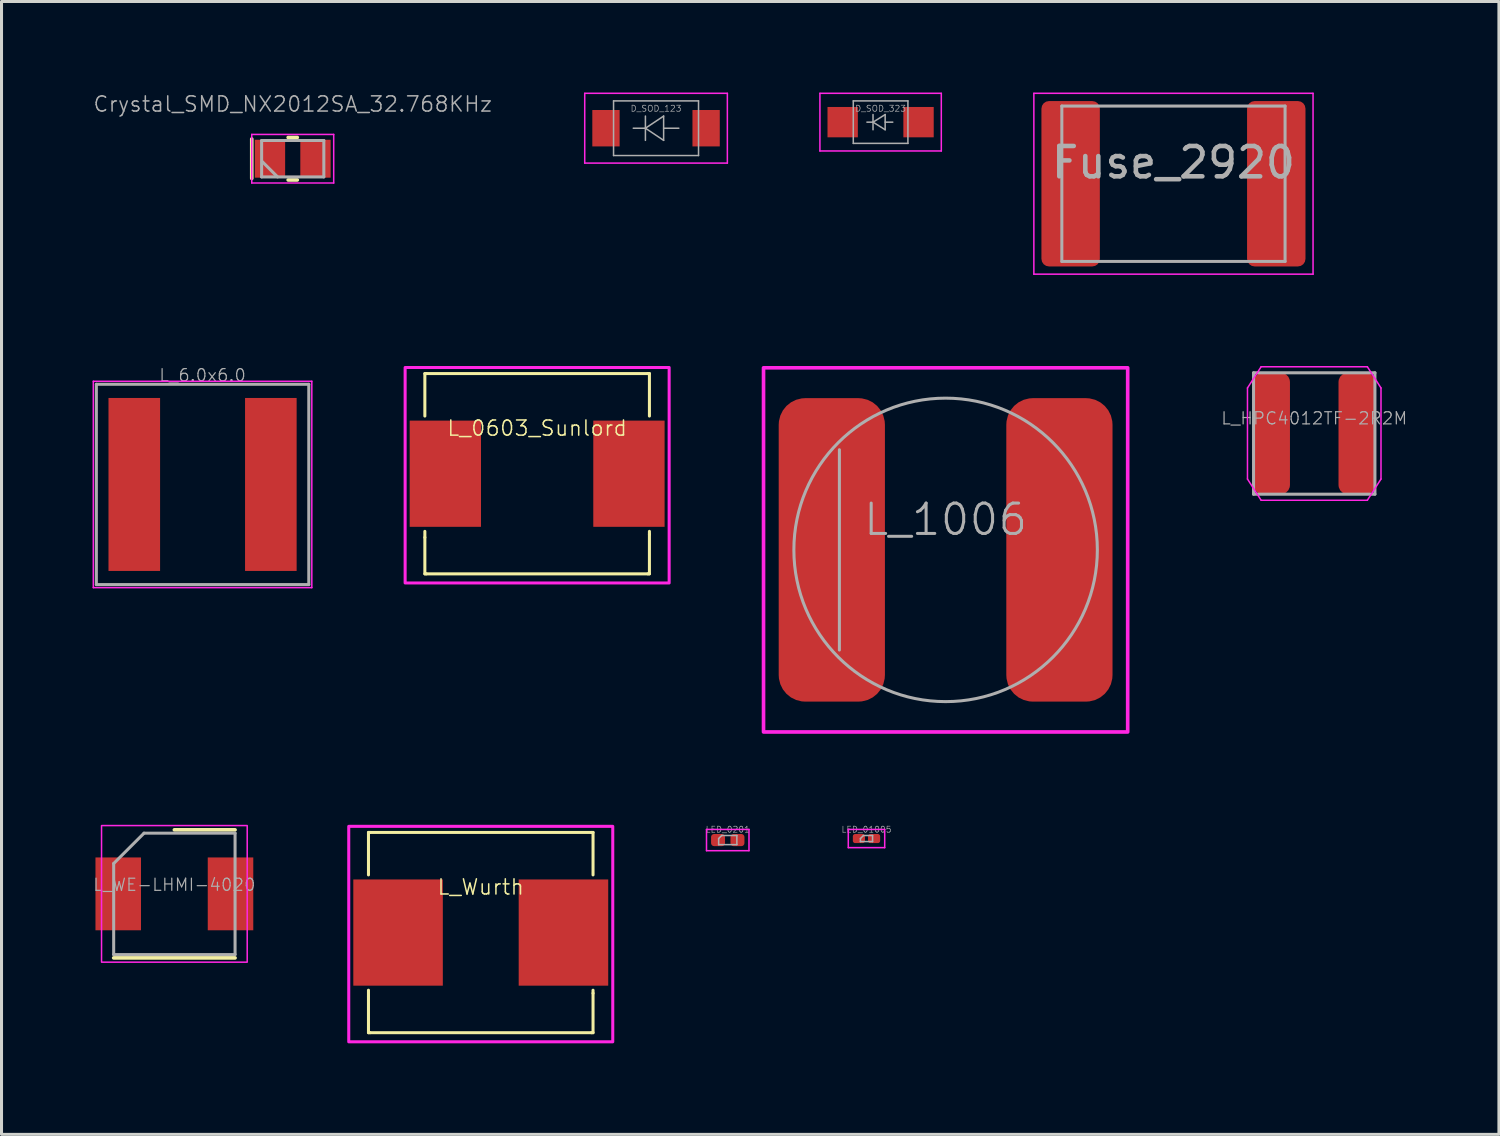
<source format=kicad_pcb>
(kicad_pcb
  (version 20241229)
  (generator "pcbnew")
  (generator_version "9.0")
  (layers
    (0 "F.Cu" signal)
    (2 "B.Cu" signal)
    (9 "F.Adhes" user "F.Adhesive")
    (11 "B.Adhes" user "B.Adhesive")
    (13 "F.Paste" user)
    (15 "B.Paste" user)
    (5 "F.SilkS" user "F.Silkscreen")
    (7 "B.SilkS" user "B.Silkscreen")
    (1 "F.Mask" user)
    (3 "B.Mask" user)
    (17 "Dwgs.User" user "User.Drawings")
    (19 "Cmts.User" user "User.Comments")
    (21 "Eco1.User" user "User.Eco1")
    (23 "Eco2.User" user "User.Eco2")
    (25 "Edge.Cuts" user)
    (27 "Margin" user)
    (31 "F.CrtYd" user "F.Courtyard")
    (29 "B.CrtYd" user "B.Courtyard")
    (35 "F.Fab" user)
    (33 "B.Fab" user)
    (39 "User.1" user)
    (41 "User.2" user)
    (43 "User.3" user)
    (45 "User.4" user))
  (footprint "LED_0201"
    (layer "F.Cu")
    (at 20.931 24.632)
    (property "Reference" "LED_0201" (at 0 -0.35 0) (unlocked yes) (layer "F.Fab") (effects (font (size 0.2 0.2) (thickness 0.02))))
    (attr smd)
    (fp_line (start -0.7 -0.35) (end 0.7 -0.35) (stroke (width 0.05) (type solid)) (layer "F.CrtYd"))
    (fp_line (start -0.7 0.35) (end -0.7 -0.35) (stroke (width 0.05) (type solid)) (layer "F.CrtYd"))
    (fp_line (start 0.7 -0.35) (end 0.7 0.35) (stroke (width 0.05) (type solid)) (layer "F.CrtYd"))
    (fp_line (start 0.7 0.35) (end -0.7 0.35) (stroke (width 0.05) (type solid)) (layer "F.CrtYd"))
    (fp_line (start -0.3 -0.05) (end -0.2 -0.15) (stroke (width 0.05) (type solid)) (layer "F.Fab"))
    (fp_line (start -0.3 0.15) (end -0.3 -0.05) (stroke (width 0.05) (type solid)) (layer "F.Fab"))
    (fp_line (start -0.2 -0.15) (end 0.3 -0.15) (stroke (width 0.05) (type solid)) (layer "F.Fab"))
    (fp_line (start 0.3 -0.15) (end 0.3 0.15) (stroke (width 0.05) (type solid)) (layer "F.Fab"))
    (fp_line (start 0.3 0.15) (end -0.3 0.15) (stroke (width 0.05) (type solid)) (layer "F.Fab"))
    (pad "" smd roundrect (at -0.345 0) (size 0.318 0.36) (layers "F.Paste") (roundrect_rratio 0.25))
    (pad "" smd roundrect (at 0.345 0) (size 0.318 0.36) (layers "F.Paste") (roundrect_rratio 0.25))
    (pad "1" smd roundrect (at -0.32 0) (size 0.46 0.4) (layers "F.Cu" "F.Mask") (roundrect_rratio 0.25))
    (pad "2" smd roundrect (at 0.32 0) (size 0.46 0.4) (layers "F.Cu" "F.Mask") (roundrect_rratio 0.25)))
  (footprint "L_1006"
    (layer "F.Cu")
    (at 28.11 15.07)
    (property "Reference" "L_1006" (at 0 -1 0) (layer "F.Fab") (effects (font (size 1 1) (thickness 0.1))))
    (attr smd)
    (fp_rect (start -6 -6) (end 6 6) (stroke (width 0.12) (type default)) (fill no) (layer "F.CrtYd"))
    (fp_line (start -3.5 3.3) (end -3.5 -3.3) (stroke (width 0.1) (type solid)) (layer "F.Fab"))
    (fp_circle (center 0 0) (end 5 0) (stroke (width 0.1) (type default)) (fill no) (layer "F.Fab"))
    (pad "1" smd roundrect (at -3.75 0) (size 3.5 10) (layers "F.Cu" "F.Mask" "F.Paste") (roundrect_rratio 0.25))
    (pad "2" smd roundrect (at 3.75 0) (size 3.5 10) (layers "F.Cu" "F.Mask" "F.Paste") (roundrect_rratio 0.25)))
  (footprint "L_WE-LHMI-4020"
    (layer "F.Cu")
    (at 2.696 26.405)
    (property "Reference" "L_WE-LHMI-4020" (at 0 -0.3 0) (unlocked yes) (layer "F.Fab") (effects (font (size 0.4 0.4) (thickness 0.04))))
    (attr smd)
    (fp_line (start -2 2.11) (end 2 2.11) (stroke (width 0.12) (type solid)) (layer "F.SilkS"))
    (fp_line (start 0 -2.11) (end 2 -2.11) (stroke (width 0.12) (type solid)) (layer "F.SilkS"))
    (fp_rect (start -2.4 -2.25) (end 2.4 2.25) (stroke (width 0.05) (type solid)) (fill no) (layer "F.CrtYd"))
    (fp_line (start -2 -1) (end -2 2) (stroke (width 0.1) (type solid)) (layer "F.Fab"))
    (fp_line (start -2 2) (end 2 2) (stroke (width 0.1) (type solid)) (layer "F.Fab"))
    (fp_line (start -1 -2) (end -2 -1) (stroke (width 0.1) (type solid)) (layer "F.Fab"))
    (fp_line (start -1 -2) (end 2 -2) (stroke (width 0.1) (type solid)) (layer "F.Fab"))
    (fp_line (start 2 -2) (end 2 2) (stroke (width 0.1) (type solid)) (layer "F.Fab"))
    (pad "1" smd rect (at -1.85 0) (size 1.5 2.4) (layers "F.Cu" "F.Mask" "F.Paste"))
    (pad "2" smd rect (at 1.85 0) (size 1.5 2.4) (layers "F.Cu" "F.Mask" "F.Paste")))
  (footprint "Fuse_2920"
    (layer "F.Cu")
    (at 35.618 3.005)
    (property "Reference" "Fuse_2920" (at 0 -0.7 0) (layer "F.Fab") (effects (font (size 1 1) (thickness 0.15))))
    (attr smd)
    (fp_line (start -4.6 -2.98) (end 4.6 -2.98) (stroke (width 0.05) (type solid)) (layer "F.CrtYd"))
    (fp_line (start -4.6 2.98) (end -4.6 -2.98) (stroke (width 0.05) (type solid)) (layer "F.CrtYd"))
    (fp_line (start 4.6 -2.98) (end 4.6 2.98) (stroke (width 0.05) (type solid)) (layer "F.CrtYd"))
    (fp_line (start 4.6 2.98) (end -4.6 2.98) (stroke (width 0.05) (type solid)) (layer "F.CrtYd"))
    (fp_line (start -3.678 -2.56) (end 3.678 -2.56) (stroke (width 0.1) (type solid)) (layer "F.Fab"))
    (fp_line (start -3.678 2.56) (end -3.678 -2.56) (stroke (width 0.1) (type solid)) (layer "F.Fab"))
    (fp_line (start 3.678 -2.56) (end 3.678 2.56) (stroke (width 0.1) (type solid)) (layer "F.Fab"))
    (fp_line (start 3.678 2.56) (end -3.678 2.56) (stroke (width 0.1) (type solid)) (layer "F.Fab"))
    (pad "1" smd roundrect (at -3.388 0) (size 1.925 5.45) (layers "F.Cu" "F.Mask" "F.Paste") (roundrect_rratio 0.13))
    (pad "2" smd roundrect (at 3.388 0) (size 1.925 5.45) (layers "F.Cu" "F.Mask" "F.Paste") (roundrect_rratio 0.13)))
  (footprint "LED_01005"
    (layer "F.Cu")
    (at 25.503 24.582)
    (property "Reference" "LED_01005" (at 0 -0.3 0) (unlocked yes) (layer "F.Fab") (effects (font (size 0.2 0.2) (thickness 0.02))))
    (attr smd)
    (fp_line (start -0.6 -0.3) (end 0.6 -0.3) (stroke (width 0.05) (type solid)) (layer "F.CrtYd"))
    (fp_line (start -0.6 0.3) (end -0.6 -0.3) (stroke (width 0.05) (type solid)) (layer "F.CrtYd"))
    (fp_line (start 0.6 -0.3) (end 0.6 0.3) (stroke (width 0.05) (type solid)) (layer "F.CrtYd"))
    (fp_line (start 0.6 0.3) (end -0.6 0.3) (stroke (width 0.05) (type solid)) (layer "F.CrtYd"))
    (fp_line (start -0.2 0) (end -0.1 -0.1) (stroke (width 0.05) (type solid)) (layer "F.Fab"))
    (fp_line (start -0.2 0.1) (end -0.2 0) (stroke (width 0.05) (type solid)) (layer "F.Fab"))
    (fp_line (start -0.1 -0.1) (end 0.2 -0.1) (stroke (width 0.05) (type solid)) (layer "F.Fab"))
    (fp_line (start 0.2 -0.1) (end 0.2 0.1) (stroke (width 0.05) (type solid)) (layer "F.Fab"))
    (fp_line (start 0.2 0.1) (end -0.2 0.1) (stroke (width 0.05) (type solid)) (layer "F.Fab"))
    (pad "" smd roundrect (at -0.275 0) (size 0.27 0.27) (layers "F.Paste") (roundrect_rratio 0.25))
    (pad "" smd roundrect (at 0.275 0) (size 0.27 0.27) (layers "F.Paste") (roundrect_rratio 0.25))
    (pad "1" smd roundrect (at -0.25 0) (size 0.4 0.3) (layers "F.Cu" "F.Mask") (roundrect_rratio 0.25))
    (pad "2" smd roundrect (at 0.25 0) (size 0.4 0.3) (layers "F.Cu" "F.Mask") (roundrect_rratio 0.25)))
  (footprint "D_SOD_323"
    (layer "F.Cu")
    (at 25.968 0.975)
    (property "Reference" "D_SOD_323" (at 0 -0.45 0) (unlocked yes) (layer "F.Fab") (effects (font (size 0.2 0.2) (thickness 0.02))))
    (attr smd)
    (fp_line (start -2 -0.95) (end -2 0.95) (stroke (width 0.05) (type solid)) (layer "F.CrtYd"))
    (fp_line (start -2 -0.95) (end 2 -0.95) (stroke (width 0.05) (type solid)) (layer "F.CrtYd"))
    (fp_line (start -2 0.95) (end 2 0.95) (stroke (width 0.05) (type solid)) (layer "F.CrtYd"))
    (fp_line (start 2 -0.95) (end 2 0.95) (stroke (width 0.05) (type solid)) (layer "F.CrtYd"))
    (fp_line (start -0.9 -0.7) (end 0.9 -0.7) (stroke (width 0.05) (type solid)) (layer "F.Fab"))
    (fp_line (start -0.9 0.7) (end -0.9 -0.7) (stroke (width 0.05) (type solid)) (layer "F.Fab"))
    (fp_line (start -0.25 -0.25) (end -0.25 0.25) (stroke (width 0.05) (type solid)) (layer "F.Fab"))
    (fp_line (start -0.25 0) (end -0.45 0) (stroke (width 0.05) (type solid)) (layer "F.Fab"))
    (fp_line (start -0.25 0) (end 0.15 -0.25) (stroke (width 0.05) (type solid)) (layer "F.Fab"))
    (fp_line (start 0.15 -0.25) (end 0.15 0.25) (stroke (width 0.05) (type solid)) (layer "F.Fab"))
    (fp_line (start 0.15 0) (end 0.4 0) (stroke (width 0.05) (type solid)) (layer "F.Fab"))
    (fp_line (start 0.15 0.25) (end -0.25 0) (stroke (width 0.05) (type solid)) (layer "F.Fab"))
    (fp_line (start 0.9 -0.7) (end 0.9 0.7) (stroke (width 0.05) (type solid)) (layer "F.Fab"))
    (fp_line (start 0.9 0.7) (end -0.9 0.7) (stroke (width 0.05) (type solid)) (layer "F.Fab"))
    (pad "1" smd rect (at -1.25 0) (size 1 1) (layers "F.Cu" "F.Mask" "F.Paste"))
    (pad "2" smd rect (at 1.25 0) (size 1 1) (layers "F.Cu" "F.Mask" "F.Paste")))
  (footprint "Crystal_SMD_NX2012SA_32.768KHz"
    (layer "F.Cu")
    (at 6.596 2.18)
    (property "Reference" "Crystal_SMD_NX2012SA_32.768KHz" (at 0 -1.8 0) (layer "F.Fab") (effects (font (size 0.5 0.5) (thickness 0.05))))
    (attr smd)
    (fp_line (start -1.35 -0.65) (end -1.35 0.65) (stroke (width 0.12) (type solid)) (layer "F.SilkS"))
    (fp_line (start -0.15 -0.7) (end 0.15 -0.7) (stroke (width 0.12) (type solid)) (layer "F.SilkS"))
    (fp_line (start -0.15 0.7) (end 0.15 0.7) (stroke (width 0.12) (type solid)) (layer "F.SilkS"))
    (fp_line (start -1.35 -0.8) (end -1.35 0.8) (stroke (width 0.05) (type solid)) (layer "F.CrtYd"))
    (fp_line (start -1.35 0.8) (end 1.35 0.8) (stroke (width 0.05) (type solid)) (layer "F.CrtYd"))
    (fp_line (start 1.35 -0.8) (end -1.35 -0.8) (stroke (width 0.05) (type solid)) (layer "F.CrtYd"))
    (fp_line (start 1.35 0.8) (end 1.35 -0.8) (stroke (width 0.05) (type solid)) (layer "F.CrtYd"))
    (fp_line (start -1.025 -0.6) (end -1.025 0.6) (stroke (width 0.1) (type solid)) (layer "F.Fab"))
    (fp_line (start -1.025 0.6) (end 1.025 0.6) (stroke (width 0.1) (type solid)) (layer "F.Fab"))
    (fp_line (start -1 0.1) (end -0.5 0.6) (stroke (width 0.1) (type solid)) (layer "F.Fab"))
    (fp_line (start 1.025 -0.6) (end -1.025 -0.6) (stroke (width 0.1) (type solid)) (layer "F.Fab"))
    (fp_line (start 1.025 0.6) (end 1.025 -0.6) (stroke (width 0.1) (type solid)) (layer "F.Fab"))
    (pad "1" smd rect (at -0.75 0) (size 1 1.25) (layers "F.Cu" "F.Mask" "F.Paste"))
    (pad "2" smd rect (at 0.75 0) (size 1 1.25) (layers "F.Cu" "F.Mask" "F.Paste")))
  (footprint "L_6.0x6.0"
    (layer "F.Cu")
    (at 3.625 12.914)
    (property "Reference" "L_6.0x6.0" (at 0 -3.6 0) (layer "F.Fab") (effects (font (size 0.4 0.4) (thickness 0.04))))
    (attr smd)
    (fp_line (start -3.6 -3.4) (end 3.6 -3.4) (stroke (width 0.05) (type solid)) (layer "F.CrtYd"))
    (fp_line (start -3.6 3.4) (end -3.6 -3.4) (stroke (width 0.05) (type solid)) (layer "F.CrtYd"))
    (fp_line (start 3.6 -3.4) (end 3.6 3.4) (stroke (width 0.05) (type solid)) (layer "F.CrtYd"))
    (fp_line (start 3.6 3.4) (end -3.6 3.4) (stroke (width 0.05) (type solid)) (layer "F.CrtYd"))
    (fp_line (start -3.5 -3.3) (end 3.5 -3.3) (stroke (width 0.1) (type solid)) (layer "F.Fab"))
    (fp_line (start -3.5 3.3) (end -3.5 -3.3) (stroke (width 0.1) (type solid)) (layer "F.Fab"))
    (fp_line (start 3.5 -3.3) (end 3.5 3.3) (stroke (width 0.1) (type solid)) (layer "F.Fab"))
    (fp_line (start 3.5 3.3) (end -3.5 3.3) (stroke (width 0.1) (type solid)) (layer "F.Fab"))
    (pad "1" smd rect (at -2.25 0) (size 1.7 5.7) (layers "F.Cu" "F.Mask" "F.Paste"))
    (pad "2" smd rect (at 2.25 0) (size 1.7 5.7) (layers "F.Cu" "F.Mask" "F.Paste")))
  (footprint "L_Wurth"
    (layer "F.Cu")
    (at 12.792 27.68)
    (property "Reference" "L_Wurth" (at 0 -1.5 0) (unlocked yes) (layer "F.SilkS") (effects (font (size 0.5 0.5) (thickness 0.05))))
    (attr smd)
    (fp_line (start -3.7 -3.3) (end -3.7 -1.9) (stroke (width 0.1) (type default)) (layer "F.SilkS"))
    (fp_line (start -3.7 2.1) (end -3.7 1.9) (stroke (width 0.1) (type default)) (layer "F.SilkS"))
    (fp_line (start -3.7 3.3) (end -3.7 2.1) (stroke (width 0.1) (type default)) (layer "F.SilkS"))
    (fp_line (start -3.65 -3.3) (end -3.7 -3.3) (stroke (width 0.1) (type default)) (layer "F.SilkS"))
    (fp_line (start -3.65 -3.3) (end 3.65 -3.3) (stroke (width 0.1) (type default)) (layer "F.SilkS"))
    (fp_line (start -3.65 3.3) (end -3.7 3.3) (stroke (width 0.1) (type default)) (layer "F.SilkS"))
    (fp_line (start -3.65 3.3) (end 3.65 3.3) (stroke (width 0.1) (type default)) (layer "F.SilkS"))
    (fp_line (start 3.65 -3.3) (end 3.7 -3.3) (stroke (width 0.1) (type default)) (layer "F.SilkS"))
    (fp_line (start 3.65 3.3) (end 3.7 3.3) (stroke (width 0.1) (type default)) (layer "F.SilkS"))
    (fp_line (start 3.7 -3.3) (end 3.7 -1.9) (stroke (width 0.1) (type default)) (layer "F.SilkS"))
    (fp_line (start 3.7 2) (end 3.7 1.9) (stroke (width 0.1) (type default)) (layer "F.SilkS"))
    (fp_line (start 3.7 3.3) (end 3.7 2) (stroke (width 0.1) (type default)) (layer "F.SilkS"))
    (fp_rect (start -4.35 -3.5) (end 4.35 3.6) (stroke (width 0.1) (type default)) (fill no) (layer "F.CrtYd"))
    (pad "1" smd rect (at -2.725 0) (size 2.95 3.5) (layers "F.Cu" "F.Mask" "F.Paste"))
    (pad "2" smd rect (at 2.725 0) (size 2.95 3.5) (layers "F.Cu" "F.Mask" "F.Paste")))
  (footprint "L_HPC4012TF-2R2M"
    (layer "F.Cu")
    (at 40.257 11.235)
    (property "Reference" "L_HPC4012TF-2R2M" (at 0 -0.5 0) (layer "F.Fab") (effects (font (size 0.4 0.4) (thickness 0.04))))
    (attr smd)
    (fp_line (start -2.2 -1.5) (end -2.2 1.5) (stroke (width 0.05) (type solid)) (layer "F.CrtYd"))
    (fp_line (start -1.75 -2.2) (end -2.2 -1.5) (stroke (width 0.05) (type solid)) (layer "F.CrtYd"))
    (fp_line (start -1.75 -2.2) (end 1.75 -2.2) (stroke (width 0.05) (type solid)) (layer "F.CrtYd"))
    (fp_line (start -1.75 2.2) (end -2.2 1.5) (stroke (width 0.05) (type solid)) (layer "F.CrtYd"))
    (fp_line (start -1.75 2.2) (end 1.75 2.2) (stroke (width 0.05) (type solid)) (layer "F.CrtYd"))
    (fp_line (start 1.75 -2.2) (end 2.2 -1.5) (stroke (width 0.05) (type solid)) (layer "F.CrtYd"))
    (fp_line (start 1.75 2.2) (end 2.2 1.5) (stroke (width 0.05) (type solid)) (layer "F.CrtYd"))
    (fp_line (start 2.2 -1.5) (end 2.2 1.5) (stroke (width 0.05) (type solid)) (layer "F.CrtYd"))
    (fp_line (start -2 -2) (end 2 -2) (stroke (width 0.1) (type solid)) (layer "F.Fab"))
    (fp_line (start -2 2) (end -2 -2) (stroke (width 0.1) (type solid)) (layer "F.Fab"))
    (fp_line (start 2 -2) (end 2 2) (stroke (width 0.1) (type solid)) (layer "F.Fab"))
    (fp_line (start 2 2) (end -2 2) (stroke (width 0.1) (type solid)) (layer "F.Fab"))
    (pad "1" smd roundrect (at -1.4 0) (size 1.2 4) (layers "F.Cu" "F.Mask" "F.Paste") (roundrect_rratio 0.25))
    (pad "2" smd roundrect (at 1.4 0) (size 1.2 4) (layers "F.Cu" "F.Mask" "F.Paste") (roundrect_rratio 0.25)))
  (footprint "D_SOD_123"
    (layer "F.Cu")
    (at 18.568 1.175)
    (property "Reference" "D_SOD_123" (at 0 -0.65 0) (unlocked yes) (layer "F.Fab") (effects (font (size 0.2 0.2) (thickness 0.02))))
    (attr smd)
    (fp_line (start -2.35 -1.15) (end -2.35 1.15) (stroke (width 0.05) (type solid)) (layer "F.CrtYd"))
    (fp_line (start -2.35 -1.15) (end 2.35 -1.15) (stroke (width 0.05) (type solid)) (layer "F.CrtYd"))
    (fp_line (start 2.35 -1.15) (end 2.35 1.15) (stroke (width 0.05) (type solid)) (layer "F.CrtYd"))
    (fp_line (start 2.35 1.15) (end -2.35 1.15) (stroke (width 0.05) (type solid)) (layer "F.CrtYd"))
    (fp_line (start -1.4 -0.9) (end 1.4 -0.9) (stroke (width 0.05) (type solid)) (layer "F.Fab"))
    (fp_line (start -1.4 0.9) (end -1.4 -0.9) (stroke (width 0.05) (type solid)) (layer "F.Fab"))
    (fp_line (start -0.75 0) (end -0.35 0) (stroke (width 0.05) (type solid)) (layer "F.Fab"))
    (fp_line (start -0.35 0) (end -0.35 -0.4) (stroke (width 0.05) (type solid)) (layer "F.Fab"))
    (fp_line (start -0.35 0) (end -0.35 0.4) (stroke (width 0.05) (type solid)) (layer "F.Fab"))
    (fp_line (start -0.35 0) (end 0.25 -0.4) (stroke (width 0.05) (type solid)) (layer "F.Fab"))
    (fp_line (start 0.25 -0.4) (end 0.25 0.4) (stroke (width 0.05) (type solid)) (layer "F.Fab"))
    (fp_line (start 0.25 0) (end 0.75 0) (stroke (width 0.05) (type solid)) (layer "F.Fab"))
    (fp_line (start 0.25 0.4) (end -0.35 0) (stroke (width 0.05) (type solid)) (layer "F.Fab"))
    (fp_line (start 1.4 -0.9) (end 1.4 0.9) (stroke (width 0.05) (type solid)) (layer "F.Fab"))
    (fp_line (start 1.4 0.9) (end -1.4 0.9) (stroke (width 0.05) (type solid)) (layer "F.Fab"))
    (pad "1" smd rect (at -1.65 0) (size 0.9 1.2) (layers "F.Cu" "F.Mask" "F.Paste"))
    (pad "2" smd rect (at 1.65 0) (size 0.9 1.2) (layers "F.Cu" "F.Mask" "F.Paste")))
  (footprint "L_0603_Sunlord"
    (layer "F.Cu")
    (at 14.65 12.56)
    (property "Reference" "L_0603_Sunlord" (at 0 -1.5 0) (unlocked yes) (layer "F.SilkS") (effects (font (size 0.5 0.5) (thickness 0.05))))
    (attr smd)
    (fp_line (start -3.7 -3.3) (end -3.7 -1.9) (stroke (width 0.1) (type default)) (layer "F.SilkS"))
    (fp_line (start -3.7 2.1) (end -3.7 1.9) (stroke (width 0.1) (type default)) (layer "F.SilkS"))
    (fp_line (start -3.7 3.3) (end -3.7 2.1) (stroke (width 0.1) (type default)) (layer "F.SilkS"))
    (fp_line (start -3.65 -3.3) (end -3.7 -3.3) (stroke (width 0.1) (type default)) (layer "F.SilkS"))
    (fp_line (start -3.65 -3.3) (end 3.65 -3.3) (stroke (width 0.1) (type default)) (layer "F.SilkS"))
    (fp_line (start -3.65 3.3) (end -3.7 3.3) (stroke (width 0.1) (type default)) (layer "F.SilkS"))
    (fp_line (start -3.65 3.3) (end 3.65 3.3) (stroke (width 0.1) (type default)) (layer "F.SilkS"))
    (fp_line (start 3.65 -3.3) (end 3.7 -3.3) (stroke (width 0.1) (type default)) (layer "F.SilkS"))
    (fp_line (start 3.65 3.3) (end 3.7 3.3) (stroke (width 0.1) (type default)) (layer "F.SilkS"))
    (fp_line (start 3.7 -3.3) (end 3.7 -1.9) (stroke (width 0.1) (type default)) (layer "F.SilkS"))
    (fp_line (start 3.7 2) (end 3.7 1.9) (stroke (width 0.1) (type default)) (layer "F.SilkS"))
    (fp_line (start 3.7 3.3) (end 3.7 2) (stroke (width 0.1) (type default)) (layer "F.SilkS"))
    (fp_rect (start -4.35 -3.5) (end 4.35 3.6) (stroke (width 0.1) (type default)) (fill no) (layer "F.CrtYd"))
    (pad "1" smd rect (at -3.025 0) (size 2.35 3.5) (layers "F.Cu" "F.Mask" "F.Paste"))
    (pad "2" smd rect (at 3.025 0) (size 2.35 3.5) (layers "F.Cu" "F.Mask" "F.Paste")))
  (gr_rect
    (start -3 -3)
    (end 46.343 34.33)
    (stroke (width 0.1) (type default))
    (fill no)
    (layer "Edge.Cuts")))
</source>
